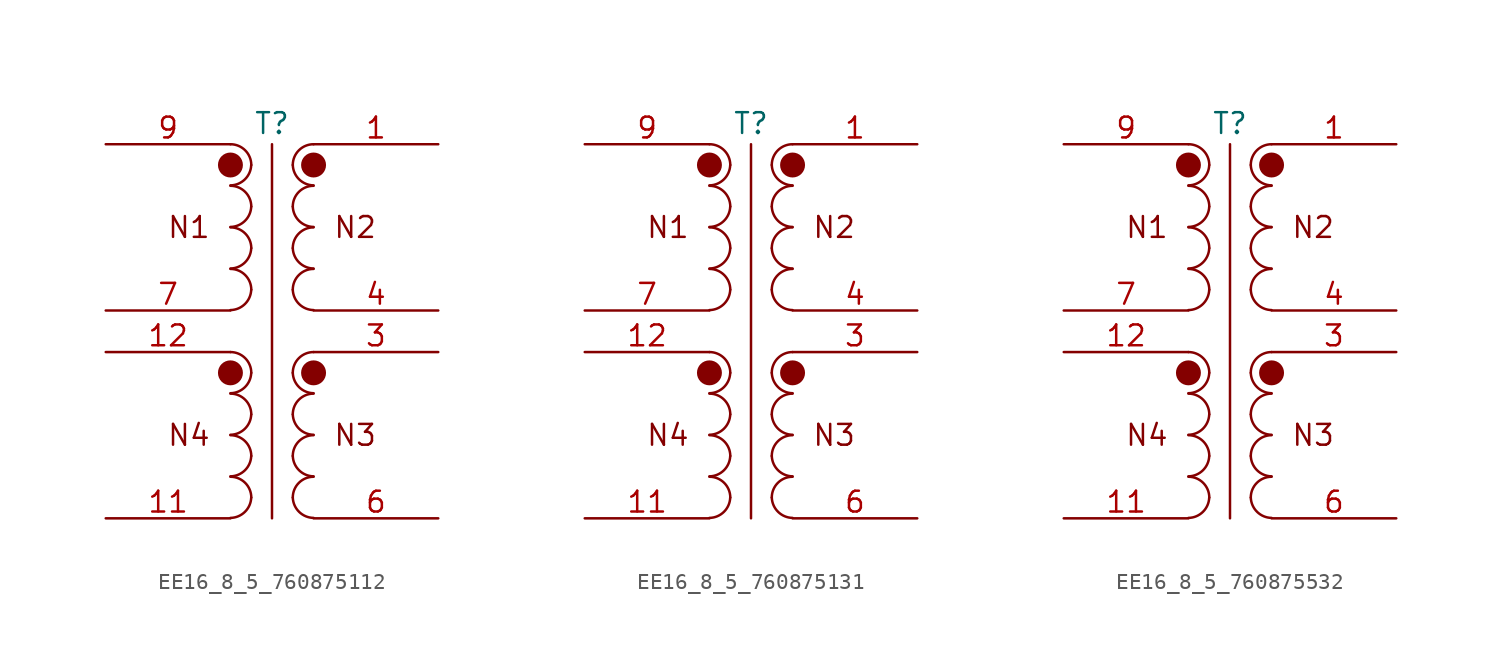
<source format=kicad_sym>
(kicad_symbol_lib
  (version 20220914)
  (generator kicad_symbol_editor)
  (symbol "EE16_8_5_760875112"
    (pin_names hide)
    (property "Reference" "T"
      (at 0 12.7 0)
      (effects (font (size 1.27 1.27))))
    (property "Critical Parameter" ""
      (at 0 -5.08 0)
      (effects (font (size 1.27 1.27)) (justify left)))
    (symbol "EE16_8_5_760875112_0_1"
      (arc (start -2.54 -11.4046) (mid -1.6561 -11.0363) (end -1.27 -10.16) (stroke (width 0) (type default)) (fill (type none)))
      (arc (start -2.54 -8.8646) (mid -1.6561 -8.4963) (end -1.27 -7.62) (stroke (width 0) (type default)) (fill (type none)))
      (arc (start -2.54 -6.3246) (mid -1.6561 -5.9563) (end -1.27 -5.08) (stroke (width 0) (type default)) (fill (type none)))
      (arc (start -2.54 -3.7846) (mid -1.6561 -3.4163) (end -1.27 -2.54) (stroke (width 0) (type default)) (fill (type none)))
      (arc (start -2.54 1.2954) (mid -1.6561 1.6637) (end -1.27 2.54) (stroke (width 0) (type default)) (fill (type none)))
      (arc (start -2.54 3.8354) (mid -1.6561 4.2037) (end -1.27 5.08) (stroke (width 0) (type default)) (fill (type none)))
      (arc (start -2.54 6.3754) (mid -1.6561 6.7437) (end -1.27 7.62) (stroke (width 0) (type default)) (fill (type none)))
      (arc (start -2.54 8.9154) (mid -1.6561 9.2837) (end -1.27 10.16) (stroke (width 0) (type default)) (fill (type none)))
      (arc (start -1.27 -10.16) (mid -1.642 -9.262) (end -2.54 -8.89) (stroke (width 0) (type default)) (fill (type none)))
      (arc (start -1.27 -7.62) (mid -1.642 -6.722) (end -2.54 -6.35) (stroke (width 0) (type default)) (fill (type none)))
      (arc (start -1.27 -5.08) (mid -1.642 -4.182) (end -2.54 -3.81) (stroke (width 0) (type default)) (fill (type none)))
      (arc (start -1.27 -2.54) (mid -1.642 -1.642) (end -2.54 -1.27) (stroke (width 0) (type default)) (fill (type none)))
      (arc (start -1.27 2.54) (mid -1.642 3.438) (end -2.54 3.81) (stroke (width 0) (type default)) (fill (type none)))
      (arc (start -1.27 5.08) (mid -1.642 5.978) (end -2.54 6.35) (stroke (width 0) (type default)) (fill (type none)))
      (arc (start -1.27 7.62) (mid -1.642 8.518) (end -2.54 8.89) (stroke (width 0) (type default)) (fill (type none)))
      (arc (start -1.27 10.16) (mid -1.642 11.058) (end -2.54 11.43) (stroke (width 0) (type default)) (fill (type none)))
      (polyline (pts (xy 0 -11.43) (xy 0 11.43)) (stroke (width 0) (type default)) (fill (type none)))
      (arc (start 1.27 -10.16) (mid 1.6561 -11.0363) (end 2.54 -11.4046) (stroke (width 0) (type default)) (fill (type none)))
      (arc (start 1.27 -7.62) (mid 1.6561 -8.4963) (end 2.54 -8.8646) (stroke (width 0) (type default)) (fill (type none)))
      (arc (start 1.27 -5.08) (mid 1.6561 -5.9563) (end 2.54 -6.3246) (stroke (width 0) (type default)) (fill (type none)))
      (arc (start 1.27 -2.54) (mid 1.6561 -3.4163) (end 2.54 -3.7846) (stroke (width 0) (type default)) (fill (type none)))
      (arc (start 1.27 2.54) (mid 1.6561 1.6637) (end 2.54 1.2954) (stroke (width 0) (type default)) (fill (type none)))
      (arc (start 1.27 5.08) (mid 1.6561 4.2037) (end 2.54 3.8354) (stroke (width 0) (type default)) (fill (type none)))
      (arc (start 1.27 7.62) (mid 1.6561 6.7437) (end 2.54 6.3754) (stroke (width 0) (type default)) (fill (type none)))
      (arc (start 1.27 10.16) (mid 1.6561 9.2837) (end 2.54 8.9154) (stroke (width 0) (type default)) (fill (type none)))
      (arc (start 2.54 -8.89) (mid 1.642 -9.262) (end 1.27 -10.16) (stroke (width 0) (type default)) (fill (type none)))
      (arc (start 2.54 -6.35) (mid 1.642 -6.722) (end 1.27 -7.62) (stroke (width 0) (type default)) (fill (type none)))
      (arc (start 2.54 -3.81) (mid 1.642 -4.182) (end 1.27 -5.08) (stroke (width 0) (type default)) (fill (type none)))
      (arc (start 2.54 -1.27) (mid 1.642 -1.642) (end 1.27 -2.54) (stroke (width 0) (type default)) (fill (type none)))
      (arc (start 2.54 3.81) (mid 1.642 3.438) (end 1.27 2.54) (stroke (width 0) (type default)) (fill (type none)))
      (arc (start 2.54 6.35) (mid 1.642 5.978) (end 1.27 5.08) (stroke (width 0) (type default)) (fill (type none)))
      (arc (start 2.54 8.89) (mid 1.642 8.518) (end 1.27 7.62) (stroke (width 0) (type default)) (fill (type none)))
      (arc (start 2.54 11.43) (mid 1.642 11.058) (end 1.27 10.16) (stroke (width 0) (type default)) (fill (type none))))
    (symbol "EE16_8_5_760875112_1_1"
      (circle (center -2.54 -2.54) (radius 0.0001) (stroke (width 0.762) (type default)) (fill (type none)))
      (circle (center -2.54 10.16) (radius 0.0001) (stroke (width 0.762) (type default)) (fill (type none)))
      (circle (center 2.54 -2.54) (radius 0.0001) (stroke (width 0.762) (type default)) (fill (type none)))
      (circle (center 2.54 10.16) (radius 0.0001) (stroke (width 0.762) (type default)) (fill (type none)))
      (text "N1" (at -5.08 6.35 0) (effects (font (size 1.27 1.27))))
      (text "N2" (at 5.08 6.35 0) (effects (font (size 1.27 1.27))))
      (text "N3" (at 5.08 -6.35 0) (effects (font (size 1.27 1.27))))
      (text "N4" (at -5.08 -6.35 0) (effects (font (size 1.27 1.27))))
      (pin passive line (at 10.16 11.43 180) (length 7.62) (name "1" (effects (font (size 1.27 1.27)))) (number "1" (effects (font (size 1.27 1.27)))))
      (pin passive line (at -10.16 -11.43 0) (length 7.62) (name "11" (effects (font (size 1.27 1.27)))) (number "11" (effects (font (size 1.27 1.27)))))
      (pin passive line (at -10.16 -1.27 0) (length 7.62) (name "12" (effects (font (size 1.27 1.27)))) (number "12" (effects (font (size 1.27 1.27)))))
      (pin passive line (at 10.16 -1.27 180) (length 7.62) (name "3" (effects (font (size 1.27 1.27)))) (number "3" (effects (font (size 1.27 1.27)))))
      (pin passive line (at 10.16 1.27 180) (length 7.62) (name "4" (effects (font (size 1.27 1.27)))) (number "4" (effects (font (size 1.27 1.27)))))
      (pin passive line (at 10.16 -11.43 180) (length 7.62) (name "6" (effects (font (size 1.27 1.27)))) (number "6" (effects (font (size 1.27 1.27)))))
      (pin passive line (at -10.16 1.27 0) (length 7.62) (name "7" (effects (font (size 1.27 1.27)))) (number "7" (effects (font (size 1.27 1.27)))))
      (pin passive line (at -10.16 11.43 0) (length 7.62) (name "9" (effects (font (size 1.27 1.27)))) (number "9" (effects (font (size 1.27 1.27)))))))
  (symbol "EE16_8_5_760875131"
    (pin_names hide)
    (property "Reference" "T"
      (at 0 12.7 0)
      (effects (font (size 1.27 1.27))))
    (property "Critical Parameter" ""
      (at 0 -5.08 0)
      (effects (font (size 1.27 1.27)) (justify left)))
    (symbol "EE16_8_5_760875131_0_1"
      (arc (start -2.54 -11.4046) (mid -1.6561 -11.0363) (end -1.27 -10.16) (stroke (width 0) (type default)) (fill (type none)))
      (arc (start -2.54 -8.8646) (mid -1.6561 -8.4963) (end -1.27 -7.62) (stroke (width 0) (type default)) (fill (type none)))
      (arc (start -2.54 -6.3246) (mid -1.6561 -5.9563) (end -1.27 -5.08) (stroke (width 0) (type default)) (fill (type none)))
      (arc (start -2.54 -3.7846) (mid -1.6561 -3.4163) (end -1.27 -2.54) (stroke (width 0) (type default)) (fill (type none)))
      (arc (start -2.54 1.2954) (mid -1.6561 1.6637) (end -1.27 2.54) (stroke (width 0) (type default)) (fill (type none)))
      (arc (start -2.54 3.8354) (mid -1.6561 4.2037) (end -1.27 5.08) (stroke (width 0) (type default)) (fill (type none)))
      (arc (start -2.54 6.3754) (mid -1.6561 6.7437) (end -1.27 7.62) (stroke (width 0) (type default)) (fill (type none)))
      (arc (start -2.54 8.9154) (mid -1.6561 9.2837) (end -1.27 10.16) (stroke (width 0) (type default)) (fill (type none)))
      (arc (start -1.27 -10.16) (mid -1.642 -9.262) (end -2.54 -8.89) (stroke (width 0) (type default)) (fill (type none)))
      (arc (start -1.27 -7.62) (mid -1.642 -6.722) (end -2.54 -6.35) (stroke (width 0) (type default)) (fill (type none)))
      (arc (start -1.27 -5.08) (mid -1.642 -4.182) (end -2.54 -3.81) (stroke (width 0) (type default)) (fill (type none)))
      (arc (start -1.27 -2.54) (mid -1.642 -1.642) (end -2.54 -1.27) (stroke (width 0) (type default)) (fill (type none)))
      (arc (start -1.27 2.54) (mid -1.642 3.438) (end -2.54 3.81) (stroke (width 0) (type default)) (fill (type none)))
      (arc (start -1.27 5.08) (mid -1.642 5.978) (end -2.54 6.35) (stroke (width 0) (type default)) (fill (type none)))
      (arc (start -1.27 7.62) (mid -1.642 8.518) (end -2.54 8.89) (stroke (width 0) (type default)) (fill (type none)))
      (arc (start -1.27 10.16) (mid -1.642 11.058) (end -2.54 11.43) (stroke (width 0) (type default)) (fill (type none)))
      (polyline (pts (xy 0 -11.43) (xy 0 11.43)) (stroke (width 0) (type default)) (fill (type none)))
      (arc (start 1.27 -10.16) (mid 1.6561 -11.0363) (end 2.54 -11.4046) (stroke (width 0) (type default)) (fill (type none)))
      (arc (start 1.27 -7.62) (mid 1.6561 -8.4963) (end 2.54 -8.8646) (stroke (width 0) (type default)) (fill (type none)))
      (arc (start 1.27 -5.08) (mid 1.6561 -5.9563) (end 2.54 -6.3246) (stroke (width 0) (type default)) (fill (type none)))
      (arc (start 1.27 -2.54) (mid 1.6561 -3.4163) (end 2.54 -3.7846) (stroke (width 0) (type default)) (fill (type none)))
      (arc (start 1.27 2.54) (mid 1.6561 1.6637) (end 2.54 1.2954) (stroke (width 0) (type default)) (fill (type none)))
      (arc (start 1.27 5.08) (mid 1.6561 4.2037) (end 2.54 3.8354) (stroke (width 0) (type default)) (fill (type none)))
      (arc (start 1.27 7.62) (mid 1.6561 6.7437) (end 2.54 6.3754) (stroke (width 0) (type default)) (fill (type none)))
      (arc (start 1.27 10.16) (mid 1.6561 9.2837) (end 2.54 8.9154) (stroke (width 0) (type default)) (fill (type none)))
      (arc (start 2.54 -8.89) (mid 1.642 -9.262) (end 1.27 -10.16) (stroke (width 0) (type default)) (fill (type none)))
      (arc (start 2.54 -6.35) (mid 1.642 -6.722) (end 1.27 -7.62) (stroke (width 0) (type default)) (fill (type none)))
      (arc (start 2.54 -3.81) (mid 1.642 -4.182) (end 1.27 -5.08) (stroke (width 0) (type default)) (fill (type none)))
      (arc (start 2.54 -1.27) (mid 1.642 -1.642) (end 1.27 -2.54) (stroke (width 0) (type default)) (fill (type none)))
      (arc (start 2.54 3.81) (mid 1.642 3.438) (end 1.27 2.54) (stroke (width 0) (type default)) (fill (type none)))
      (arc (start 2.54 6.35) (mid 1.642 5.978) (end 1.27 5.08) (stroke (width 0) (type default)) (fill (type none)))
      (arc (start 2.54 8.89) (mid 1.642 8.518) (end 1.27 7.62) (stroke (width 0) (type default)) (fill (type none)))
      (arc (start 2.54 11.43) (mid 1.642 11.058) (end 1.27 10.16) (stroke (width 0) (type default)) (fill (type none))))
    (symbol "EE16_8_5_760875131_1_1"
      (circle (center -2.54 -2.54) (radius 0.0001) (stroke (width 0.762) (type default)) (fill (type none)))
      (circle (center -2.54 10.16) (radius 0.0001) (stroke (width 0.762) (type default)) (fill (type none)))
      (circle (center 2.54 -2.54) (radius 0.0001) (stroke (width 0.762) (type default)) (fill (type none)))
      (circle (center 2.54 10.16) (radius 0.0001) (stroke (width 0.762) (type default)) (fill (type none)))
      (text "N1" (at -5.08 6.35 0) (effects (font (size 1.27 1.27))))
      (text "N2" (at 5.08 6.35 0) (effects (font (size 1.27 1.27))))
      (text "N3" (at 5.08 -6.35 0) (effects (font (size 1.27 1.27))))
      (text "N4" (at -5.08 -6.35 0) (effects (font (size 1.27 1.27))))
      (pin passive line (at 10.16 11.43 180) (length 7.62) (name "1" (effects (font (size 1.27 1.27)))) (number "1" (effects (font (size 1.27 1.27)))))
      (pin passive line (at -10.16 -11.43 0) (length 7.62) (name "11" (effects (font (size 1.27 1.27)))) (number "11" (effects (font (size 1.27 1.27)))))
      (pin passive line (at -10.16 -1.27 0) (length 7.62) (name "12" (effects (font (size 1.27 1.27)))) (number "12" (effects (font (size 1.27 1.27)))))
      (pin passive line (at 10.16 -1.27 180) (length 7.62) (name "3" (effects (font (size 1.27 1.27)))) (number "3" (effects (font (size 1.27 1.27)))))
      (pin passive line (at 10.16 1.27 180) (length 7.62) (name "4" (effects (font (size 1.27 1.27)))) (number "4" (effects (font (size 1.27 1.27)))))
      (pin passive line (at 10.16 -11.43 180) (length 7.62) (name "6" (effects (font (size 1.27 1.27)))) (number "6" (effects (font (size 1.27 1.27)))))
      (pin passive line (at -10.16 1.27 0) (length 7.62) (name "7" (effects (font (size 1.27 1.27)))) (number "7" (effects (font (size 1.27 1.27)))))
      (pin passive line (at -10.16 11.43 0) (length 7.62) (name "9" (effects (font (size 1.27 1.27)))) (number "9" (effects (font (size 1.27 1.27)))))))
  (symbol "EE16_8_5_760875532"
    (pin_names hide)
    (property "Reference" "T"
      (at 0 12.7 0)
      (effects (font (size 1.27 1.27))))
    (property "Critical Parameter" ""
      (at 0 -5.08 0)
      (effects (font (size 1.27 1.27)) (justify left)))
    (symbol "EE16_8_5_760875532_0_1"
      (arc (start -2.54 -11.4046) (mid -1.6561 -11.0363) (end -1.27 -10.16) (stroke (width 0) (type default)) (fill (type none)))
      (arc (start -2.54 -8.8646) (mid -1.6561 -8.4963) (end -1.27 -7.62) (stroke (width 0) (type default)) (fill (type none)))
      (arc (start -2.54 -6.3246) (mid -1.6561 -5.9563) (end -1.27 -5.08) (stroke (width 0) (type default)) (fill (type none)))
      (arc (start -2.54 -3.7846) (mid -1.6561 -3.4163) (end -1.27 -2.54) (stroke (width 0) (type default)) (fill (type none)))
      (arc (start -2.54 1.2954) (mid -1.6561 1.6637) (end -1.27 2.54) (stroke (width 0) (type default)) (fill (type none)))
      (arc (start -2.54 3.8354) (mid -1.6561 4.2037) (end -1.27 5.08) (stroke (width 0) (type default)) (fill (type none)))
      (arc (start -2.54 6.3754) (mid -1.6561 6.7437) (end -1.27 7.62) (stroke (width 0) (type default)) (fill (type none)))
      (arc (start -2.54 8.9154) (mid -1.6561 9.2837) (end -1.27 10.16) (stroke (width 0) (type default)) (fill (type none)))
      (arc (start -1.27 -10.16) (mid -1.642 -9.262) (end -2.54 -8.89) (stroke (width 0) (type default)) (fill (type none)))
      (arc (start -1.27 -7.62) (mid -1.642 -6.722) (end -2.54 -6.35) (stroke (width 0) (type default)) (fill (type none)))
      (arc (start -1.27 -5.08) (mid -1.642 -4.182) (end -2.54 -3.81) (stroke (width 0) (type default)) (fill (type none)))
      (arc (start -1.27 -2.54) (mid -1.642 -1.642) (end -2.54 -1.27) (stroke (width 0) (type default)) (fill (type none)))
      (arc (start -1.27 2.54) (mid -1.642 3.438) (end -2.54 3.81) (stroke (width 0) (type default)) (fill (type none)))
      (arc (start -1.27 5.08) (mid -1.642 5.978) (end -2.54 6.35) (stroke (width 0) (type default)) (fill (type none)))
      (arc (start -1.27 7.62) (mid -1.642 8.518) (end -2.54 8.89) (stroke (width 0) (type default)) (fill (type none)))
      (arc (start -1.27 10.16) (mid -1.642 11.058) (end -2.54 11.43) (stroke (width 0) (type default)) (fill (type none)))
      (polyline (pts (xy 0 -11.43) (xy 0 11.43)) (stroke (width 0) (type default)) (fill (type none)))
      (arc (start 1.27 -10.16) (mid 1.6561 -11.0363) (end 2.54 -11.4046) (stroke (width 0) (type default)) (fill (type none)))
      (arc (start 1.27 -7.62) (mid 1.6561 -8.4963) (end 2.54 -8.8646) (stroke (width 0) (type default)) (fill (type none)))
      (arc (start 1.27 -5.08) (mid 1.6561 -5.9563) (end 2.54 -6.3246) (stroke (width 0) (type default)) (fill (type none)))
      (arc (start 1.27 -2.54) (mid 1.6561 -3.4163) (end 2.54 -3.7846) (stroke (width 0) (type default)) (fill (type none)))
      (arc (start 1.27 2.54) (mid 1.6561 1.6637) (end 2.54 1.2954) (stroke (width 0) (type default)) (fill (type none)))
      (arc (start 1.27 5.08) (mid 1.6561 4.2037) (end 2.54 3.8354) (stroke (width 0) (type default)) (fill (type none)))
      (arc (start 1.27 7.62) (mid 1.6561 6.7437) (end 2.54 6.3754) (stroke (width 0) (type default)) (fill (type none)))
      (arc (start 1.27 10.16) (mid 1.6561 9.2837) (end 2.54 8.9154) (stroke (width 0) (type default)) (fill (type none)))
      (arc (start 2.54 -8.89) (mid 1.642 -9.262) (end 1.27 -10.16) (stroke (width 0) (type default)) (fill (type none)))
      (arc (start 2.54 -6.35) (mid 1.642 -6.722) (end 1.27 -7.62) (stroke (width 0) (type default)) (fill (type none)))
      (arc (start 2.54 -3.81) (mid 1.642 -4.182) (end 1.27 -5.08) (stroke (width 0) (type default)) (fill (type none)))
      (arc (start 2.54 -1.27) (mid 1.642 -1.642) (end 1.27 -2.54) (stroke (width 0) (type default)) (fill (type none)))
      (arc (start 2.54 3.81) (mid 1.642 3.438) (end 1.27 2.54) (stroke (width 0) (type default)) (fill (type none)))
      (arc (start 2.54 6.35) (mid 1.642 5.978) (end 1.27 5.08) (stroke (width 0) (type default)) (fill (type none)))
      (arc (start 2.54 8.89) (mid 1.642 8.518) (end 1.27 7.62) (stroke (width 0) (type default)) (fill (type none)))
      (arc (start 2.54 11.43) (mid 1.642 11.058) (end 1.27 10.16) (stroke (width 0) (type default)) (fill (type none))))
    (symbol "EE16_8_5_760875532_1_1"
      (circle (center -2.54 -2.54) (radius 0.0001) (stroke (width 0.762) (type default)) (fill (type none)))
      (circle (center -2.54 10.16) (radius 0.0001) (stroke (width 0.762) (type default)) (fill (type none)))
      (circle (center 2.54 -2.54) (radius 0.0001) (stroke (width 0.762) (type default)) (fill (type none)))
      (circle (center 2.54 10.16) (radius 0.0001) (stroke (width 0.762) (type default)) (fill (type none)))
      (text "N1" (at -5.08 6.35 0) (effects (font (size 1.27 1.27))))
      (text "N2" (at 5.08 6.35 0) (effects (font (size 1.27 1.27))))
      (text "N3" (at 5.08 -6.35 0) (effects (font (size 1.27 1.27))))
      (text "N4" (at -5.08 -6.35 0) (effects (font (size 1.27 1.27))))
      (pin passive line (at 10.16 11.43 180) (length 7.62) (name "1" (effects (font (size 1.27 1.27)))) (number "1" (effects (font (size 1.27 1.27)))))
      (pin passive line (at -10.16 -11.43 0) (length 7.62) (name "11" (effects (font (size 1.27 1.27)))) (number "11" (effects (font (size 1.27 1.27)))))
      (pin passive line (at -10.16 -1.27 0) (length 7.62) (name "12" (effects (font (size 1.27 1.27)))) (number "12" (effects (font (size 1.27 1.27)))))
      (pin passive line (at 10.16 -1.27 180) (length 7.62) (name "3" (effects (font (size 1.27 1.27)))) (number "3" (effects (font (size 1.27 1.27)))))
      (pin passive line (at 10.16 1.27 180) (length 7.62) (name "4" (effects (font (size 1.27 1.27)))) (number "4" (effects (font (size 1.27 1.27)))))
      (pin passive line (at 10.16 -11.43 180) (length 7.62) (name "6" (effects (font (size 1.27 1.27)))) (number "6" (effects (font (size 1.27 1.27)))))
      (pin passive line (at -10.16 1.27 0) (length 7.62) (name "7" (effects (font (size 1.27 1.27)))) (number "7" (effects (font (size 1.27 1.27)))))
      (pin passive line (at -10.16 11.43 0) (length 7.62) (name "9" (effects (font (size 1.27 1.27)))) (number "9" (effects (font (size 1.27 1.27))))))))
</source>
